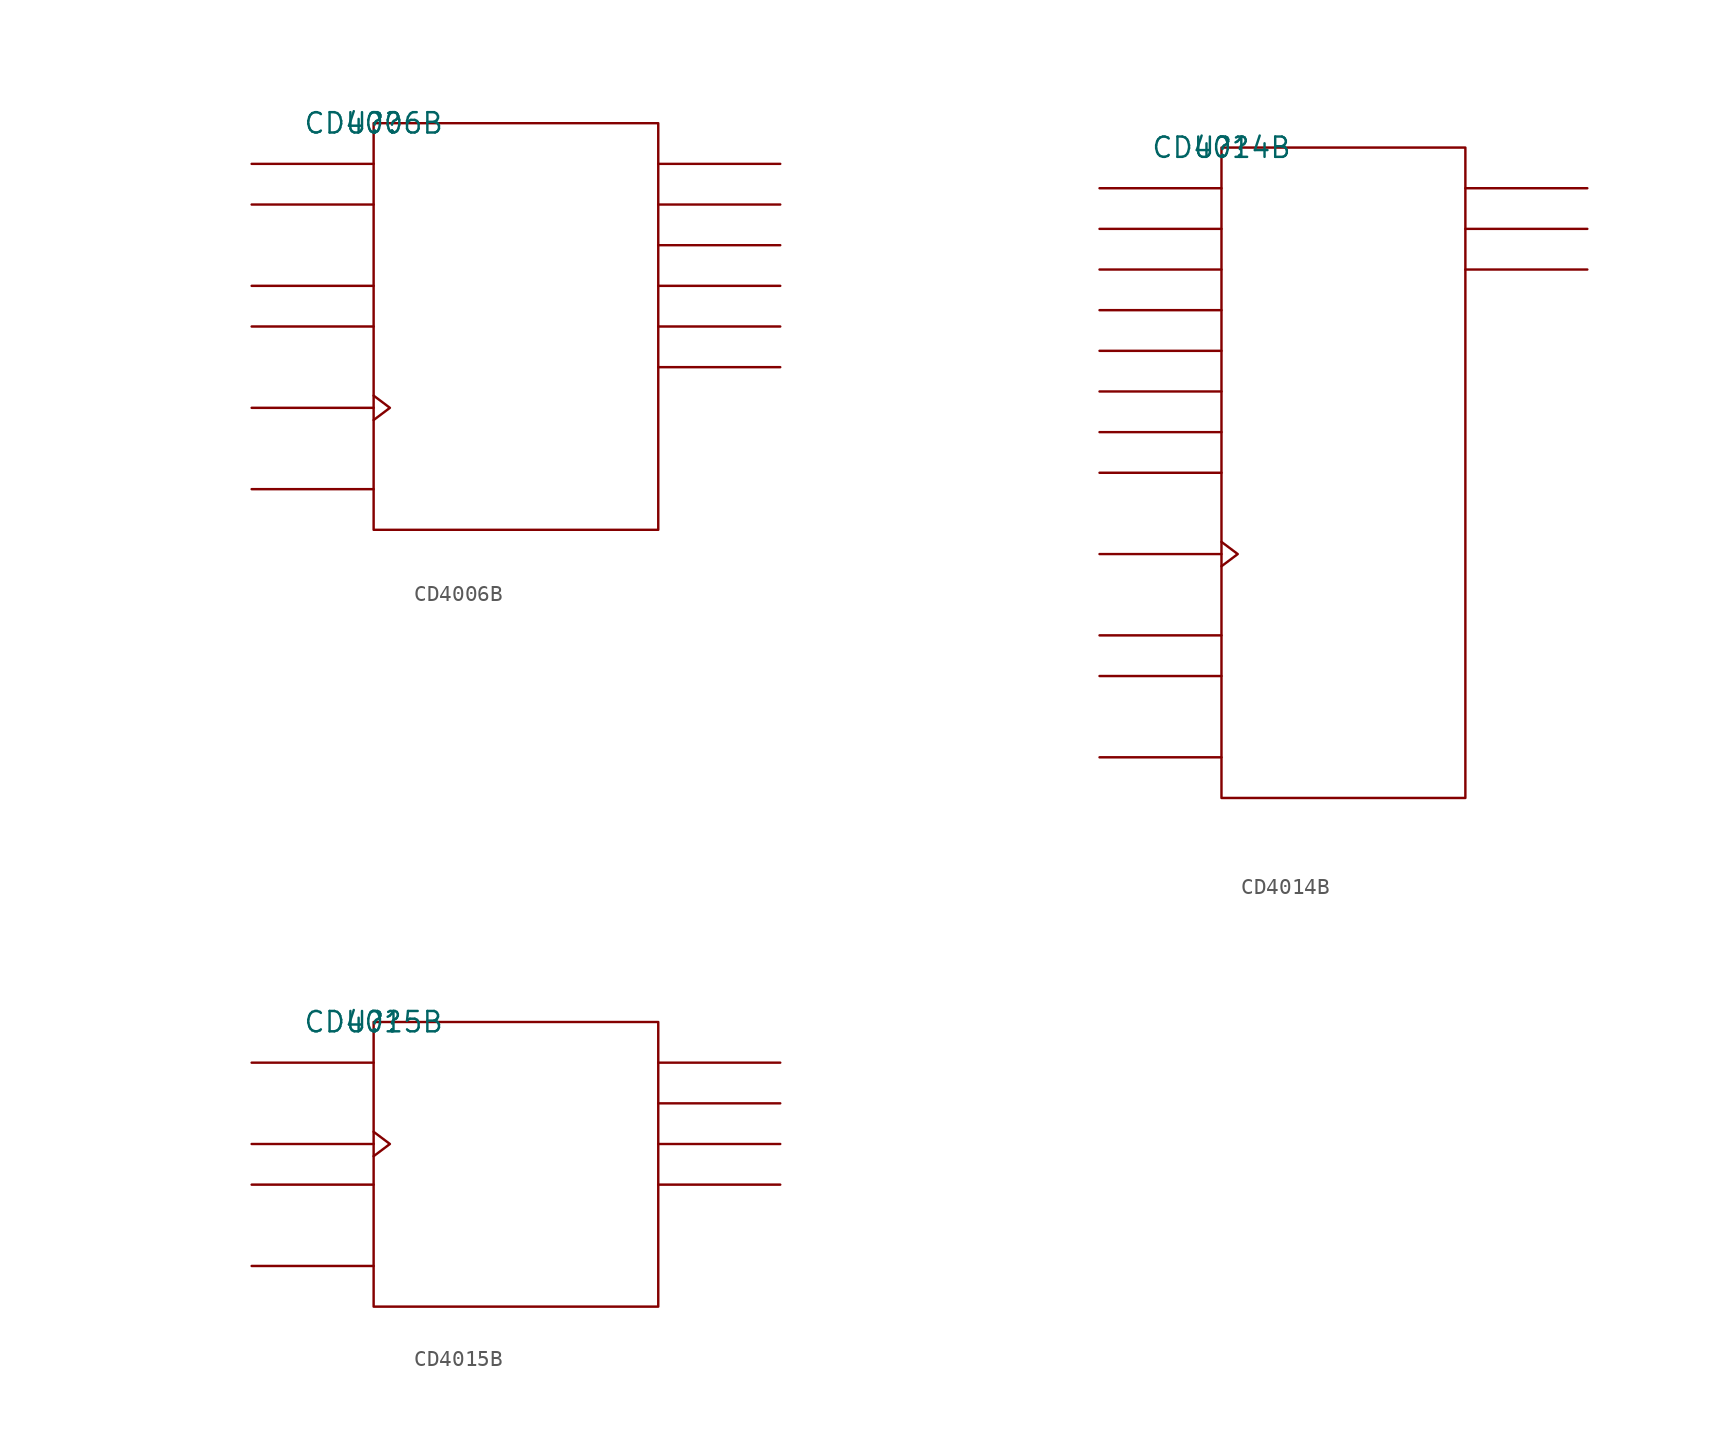
<source format=kicad_sym>
(kicad_symbol_lib
  (version 20211014)
  (generator kicad_symbol_editor)
  (symbol "CD4006B"
    (pin_names
      (offset 0.762))
    (property "Reference" "U?"
      (at 0 0 0)
      (effects (font (size 1.27 1.27))))
    (property "Value" "CD4006B"
      (at 0 0 0)
      (effects (font (size 1.27 1.27))))
    (symbol "CD4006B_0_1"
      (rectangle (start 0 -25.4) (end 17.78 0) (stroke (width 0) (type default) (color 0 0 0 0)) (fill (type none)))
      (polyline (pts (xy 0 -22.86) (xy -7.62 -22.86)) (stroke (width 0) (type default) (color 0 0 0 0)) (fill (type none)))
      (polyline (pts (xy 0 -17.78) (xy -7.62 -17.78)) (stroke (width 0) (type default) (color 0 0 0 0)) (fill (type none)))
      (polyline (pts (xy 0 -12.7) (xy -7.62 -12.7)) (stroke (width 0) (type default) (color 0 0 0 0)) (fill (type none)))
      (polyline (pts (xy 0 -10.16) (xy -7.62 -10.16)) (stroke (width 0) (type default) (color 0 0 0 0)) (fill (type none)))
      (polyline (pts (xy 0 -5.08) (xy -7.62 -5.08)) (stroke (width 0) (type default) (color 0 0 0 0)) (fill (type none)))
      (polyline (pts (xy 0 -2.54) (xy -7.62 -2.54)) (stroke (width 0) (type default) (color 0 0 0 0)) (fill (type none)))
      (polyline (pts (xy 17.78 -15.24) (xy 25.4 -15.24)) (stroke (width 0) (type default) (color 0 0 0 0)) (fill (type none)))
      (polyline (pts (xy 17.78 -12.7) (xy 25.4 -12.7)) (stroke (width 0) (type default) (color 0 0 0 0)) (fill (type none)))
      (polyline (pts (xy 17.78 -10.16) (xy 25.4 -10.16)) (stroke (width 0) (type default) (color 0 0 0 0)) (fill (type none)))
      (polyline (pts (xy 17.78 -7.62) (xy 25.4 -7.62)) (stroke (width 0) (type default) (color 0 0 0 0)) (fill (type none)))
      (polyline (pts (xy 17.78 -5.08) (xy 25.4 -5.08)) (stroke (width 0) (type default) (color 0 0 0 0)) (fill (type none)))
      (polyline (pts (xy 17.78 -2.54) (xy 25.4 -2.54)) (stroke (width 0) (type default) (color 0 0 0 0)) (fill (type none)))
      (polyline (pts (xy 0 -17.018) (xy 1.016 -17.78) (xy 0 -18.542)) (stroke (width 0) (type default) (color 0 0 0 0)) (fill (type none))))
    (symbol "CD4006B_1_1"
      (pin unspecified line (at -7.62 -2.54 0) (length 7.62) hide (name "D1" (effects (font (size 1.245 1.245)))) (number "1" (effects (font (size 1.245 1.245)))))
      (pin unspecified line (at 25.4 -10.16 180) (length 7.62) hide (name "D3+4" (effects (font (size 1.245 1.245)))) (number "10" (effects (font (size 1.245 1.245)))))
      (pin unspecified line (at 25.4 -5.08 180) (length 7.62) hide (name "D2+4" (effects (font (size 1.245 1.245)))) (number "11" (effects (font (size 1.245 1.245)))))
      (pin unspecified line (at 25.4 -7.62 180) (length 7.62) hide (name "D2+5" (effects (font (size 1.245 1.245)))) (number "12" (effects (font (size 1.245 1.245)))))
      (pin unspecified line (at 25.4 -2.54 180) (length 7.62) hide (name "D1+4" (effects (font (size 1.245 1.245)))) (number "13" (effects (font (size 1.245 1.245)))))
      (pin power_in line (at -7.62 -22.86 0) (length 7.62) hide (name "VDD" (effects (font (size 1.245 1.245)))) (number "14" (effects (font (size 1.245 1.245)))))
      (pin unspecified line (at -7.62 -17.78 180) (length 7.62) hide (name "CLK" (effects (font (size 1.245 1.245)))) (number "3" (effects (font (size 1.245 1.245)))))
      (pin unspecified line (at -7.62 -5.08 0) (length 7.62) hide (name "D2" (effects (font (size 1.245 1.245)))) (number "4" (effects (font (size 1.245 1.245)))))
      (pin unspecified line (at -7.62 -10.16 0) (length 7.62) hide (name "D3" (effects (font (size 1.245 1.245)))) (number "5" (effects (font (size 1.245 1.245)))))
      (pin unspecified line (at -7.62 -12.7 0) (length 7.62) hide (name "D4" (effects (font (size 1.245 1.245)))) (number "6" (effects (font (size 1.245 1.245)))))
      (pin power_in line (at 10.16 -25.4 0) (length 7.62) hide (name "GND" (effects (font (size 1.245 1.245)))) (number "7" (effects (font (size 1.245 1.245)))))
      (pin unspecified line (at 25.4 -12.7 180) (length 7.62) hide (name "D4+4" (effects (font (size 1.245 1.245)))) (number "8" (effects (font (size 1.245 1.245)))))
      (pin unspecified line (at 25.4 -15.24 180) (length 7.62) hide (name "D4+5" (effects (font (size 1.245 1.245)))) (number "9" (effects (font (size 1.245 1.245)))))))
  (symbol "CD4014B"
    (pin_names
      (offset 0.762))
    (property "Reference" "U?"
      (at 0 0 0)
      (effects (font (size 1.27 1.27))))
    (property "Value" "CD4014B"
      (at 0 0 0)
      (effects (font (size 1.27 1.27))))
    (symbol "CD4014B_0_1"
      (rectangle (start 0 -40.64) (end 15.24 0) (stroke (width 0) (type default) (color 0 0 0 0)) (fill (type none)))
      (polyline (pts (xy 0 -38.1) (xy -7.62 -38.1)) (stroke (width 0) (type default) (color 0 0 0 0)) (fill (type none)))
      (polyline (pts (xy 0 -33.02) (xy -7.62 -33.02)) (stroke (width 0) (type default) (color 0 0 0 0)) (fill (type none)))
      (polyline (pts (xy 0 -30.48) (xy -7.62 -30.48)) (stroke (width 0) (type default) (color 0 0 0 0)) (fill (type none)))
      (polyline (pts (xy 0 -25.4) (xy -7.62 -25.4)) (stroke (width 0) (type default) (color 0 0 0 0)) (fill (type none)))
      (polyline (pts (xy 0 -20.32) (xy -7.62 -20.32)) (stroke (width 0) (type default) (color 0 0 0 0)) (fill (type none)))
      (polyline (pts (xy 0 -17.78) (xy -7.62 -17.78)) (stroke (width 0) (type default) (color 0 0 0 0)) (fill (type none)))
      (polyline (pts (xy 0 -15.24) (xy -7.62 -15.24)) (stroke (width 0) (type default) (color 0 0 0 0)) (fill (type none)))
      (polyline (pts (xy 0 -12.7) (xy -7.62 -12.7)) (stroke (width 0) (type default) (color 0 0 0 0)) (fill (type none)))
      (polyline (pts (xy 0 -10.16) (xy -7.62 -10.16)) (stroke (width 0) (type default) (color 0 0 0 0)) (fill (type none)))
      (polyline (pts (xy 0 -7.62) (xy -7.62 -7.62)) (stroke (width 0) (type default) (color 0 0 0 0)) (fill (type none)))
      (polyline (pts (xy 0 -5.08) (xy -7.62 -5.08)) (stroke (width 0) (type default) (color 0 0 0 0)) (fill (type none)))
      (polyline (pts (xy 0 -2.54) (xy -7.62 -2.54)) (stroke (width 0) (type default) (color 0 0 0 0)) (fill (type none)))
      (polyline (pts (xy 15.24 -7.62) (xy 22.86 -7.62)) (stroke (width 0) (type default) (color 0 0 0 0)) (fill (type none)))
      (polyline (pts (xy 15.24 -5.08) (xy 22.86 -5.08)) (stroke (width 0) (type default) (color 0 0 0 0)) (fill (type none)))
      (polyline (pts (xy 15.24 -2.54) (xy 22.86 -2.54)) (stroke (width 0) (type default) (color 0 0 0 0)) (fill (type none)))
      (polyline (pts (xy 0 -24.638) (xy 1.016 -25.4) (xy 0 -26.162)) (stroke (width 0) (type default) (color 0 0 0 0)) (fill (type none))))
    (symbol "CD4014B_1_1"
      (pin unspecified line (at -7.62 -20.32 0) (length 7.62) hide (name "H" (effects (font (size 1.245 1.245)))) (number "1" (effects (font (size 1.245 1.245)))))
      (pin unspecified line (at -7.62 -25.4 180) (length 7.62) hide (name "CLK" (effects (font (size 1.245 1.245)))) (number "10" (effects (font (size 1.245 1.245)))))
      (pin unspecified line (at -7.62 -30.48 0) (length 7.62) hide (name "SER" (effects (font (size 1.245 1.245)))) (number "11" (effects (font (size 1.245 1.245)))))
      (pin unspecified line (at 22.86 -5.08 180) (length 7.62) hide (name "QG" (effects (font (size 1.245 1.245)))) (number "12" (effects (font (size 1.245 1.245)))))
      (pin unspecified line (at -7.62 -12.7 0) (length 7.62) hide (name "E" (effects (font (size 1.245 1.245)))) (number "13" (effects (font (size 1.245 1.245)))))
      (pin unspecified line (at -7.62 -15.24 0) (length 7.62) hide (name "F" (effects (font (size 1.245 1.245)))) (number "14" (effects (font (size 1.245 1.245)))))
      (pin unspecified line (at -7.62 -17.78 0) (length 7.62) hide (name "G" (effects (font (size 1.245 1.245)))) (number "15" (effects (font (size 1.245 1.245)))))
      (pin power_in line (at -7.62 -38.1 0) (length 7.62) hide (name "VDD" (effects (font (size 1.245 1.245)))) (number "16" (effects (font (size 1.245 1.245)))))
      (pin unspecified line (at 22.86 -2.54 180) (length 7.62) hide (name "QF" (effects (font (size 1.245 1.245)))) (number "2" (effects (font (size 1.245 1.245)))))
      (pin unspecified line (at 22.86 -7.62 180) (length 7.62) hide (name "QH" (effects (font (size 1.245 1.245)))) (number "3" (effects (font (size 1.245 1.245)))))
      (pin unspecified line (at -7.62 -10.16 0) (length 7.62) hide (name "D" (effects (font (size 1.245 1.245)))) (number "4" (effects (font (size 1.245 1.245)))))
      (pin unspecified line (at -7.62 -7.62 0) (length 7.62) hide (name "C" (effects (font (size 1.245 1.245)))) (number "5" (effects (font (size 1.245 1.245)))))
      (pin unspecified line (at -7.62 -5.08 0) (length 7.62) hide (name "B" (effects (font (size 1.245 1.245)))) (number "6" (effects (font (size 1.245 1.245)))))
      (pin unspecified line (at -7.62 -2.54 0) (length 7.62) hide (name "A" (effects (font (size 1.245 1.245)))) (number "7" (effects (font (size 1.245 1.245)))))
      (pin power_in line (at 10.16 -40.64 0) (length 7.62) hide (name "GND" (effects (font (size 1.245 1.245)))) (number "8" (effects (font (size 1.245 1.245)))))
      (pin unspecified line (at -7.62 -33.02 0) (length 7.62) hide (name "P/S\\" (effects (font (size 1.245 1.245)))) (number "9" (effects (font (size 1.245 1.245)))))))
  (symbol "CD4015B"
    (pin_names
      (offset 0.762))
    (property "Reference" "U?"
      (at 0 0 0)
      (effects (font (size 1.27 1.27))))
    (property "Value" "CD4015B"
      (at 0 0 0)
      (effects (font (size 1.27 1.27))))
    (symbol "CD4015B_0_1"
      (rectangle (start 0 -17.78) (end 17.78 0) (stroke (width 0) (type default) (color 0 0 0 0)) (fill (type none)))
      (polyline (pts (xy 0 -15.24) (xy -7.62 -15.24)) (stroke (width 0) (type default) (color 0 0 0 0)) (fill (type none)))
      (polyline (pts (xy 0 -10.16) (xy -7.62 -10.16)) (stroke (width 0) (type default) (color 0 0 0 0)) (fill (type none)))
      (polyline (pts (xy 0 -7.62) (xy -7.62 -7.62)) (stroke (width 0) (type default) (color 0 0 0 0)) (fill (type none)))
      (polyline (pts (xy 0 -2.54) (xy -7.62 -2.54)) (stroke (width 0) (type default) (color 0 0 0 0)) (fill (type none)))
      (polyline (pts (xy 17.78 -10.16) (xy 25.4 -10.16)) (stroke (width 0) (type default) (color 0 0 0 0)) (fill (type none)))
      (polyline (pts (xy 17.78 -7.62) (xy 25.4 -7.62)) (stroke (width 0) (type default) (color 0 0 0 0)) (fill (type none)))
      (polyline (pts (xy 17.78 -5.08) (xy 25.4 -5.08)) (stroke (width 0) (type default) (color 0 0 0 0)) (fill (type none)))
      (polyline (pts (xy 17.78 -2.54) (xy 25.4 -2.54)) (stroke (width 0) (type default) (color 0 0 0 0)) (fill (type none)))
      (polyline (pts (xy 0 -6.858) (xy 1.016 -7.62) (xy 0 -8.382)) (stroke (width 0) (type default) (color 0 0 0 0)) (fill (type none))))
    (symbol "CD4015B_1_1"
      (pin unspecified line (at -7.62 -7.62 180) (length 7.62) hide (name "CLK" (effects (font (size 1.245 1.245)))) (number "1" (effects (font (size 1.245 1.245)))))
      (pin unspecified line (at 25.4 -7.62 180) (length 7.62) hide (name "QC" (effects (font (size 1.245 1.245)))) (number "11" (effects (font (size 1.245 1.245)))))
      (pin unspecified line (at 25.4 -5.08 180) (length 7.62) hide (name "QB" (effects (font (size 1.245 1.245)))) (number "12" (effects (font (size 1.245 1.245)))))
      (pin unspecified line (at 25.4 -2.54 180) (length 7.62) hide (name "QA" (effects (font (size 1.245 1.245)))) (number "13" (effects (font (size 1.245 1.245)))))
      (pin unspecified line (at -7.62 -10.16 0) (length 7.62) hide (name "RST" (effects (font (size 1.245 1.245)))) (number "14" (effects (font (size 1.245 1.245)))))
      (pin unspecified line (at -7.62 -2.54 0) (length 7.62) hide (name "D" (effects (font (size 1.245 1.245)))) (number "15" (effects (font (size 1.245 1.245)))))
      (pin power_in line (at -7.62 -15.24 0) (length 7.62) hide (name "VDD" (effects (font (size 1.245 1.245)))) (number "16" (effects (font (size 1.245 1.245)))))
      (pin unspecified line (at 25.4 -10.16 180) (length 7.62) hide (name "QD" (effects (font (size 1.245 1.245)))) (number "2" (effects (font (size 1.245 1.245)))))
      (pin power_in line (at 10.16 -17.78 0) (length 7.62) hide (name "GND" (effects (font (size 1.245 1.245)))) (number "8" (effects (font (size 1.245 1.245))))))))
</source>
